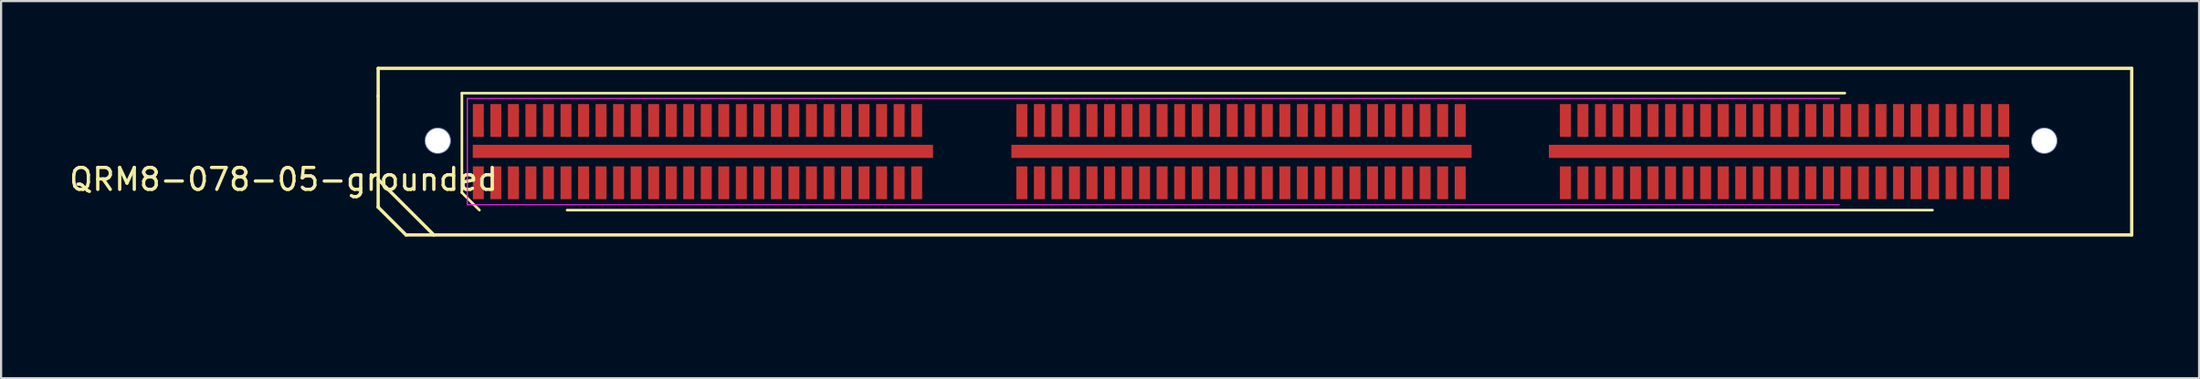
<source format=kicad_pcb>
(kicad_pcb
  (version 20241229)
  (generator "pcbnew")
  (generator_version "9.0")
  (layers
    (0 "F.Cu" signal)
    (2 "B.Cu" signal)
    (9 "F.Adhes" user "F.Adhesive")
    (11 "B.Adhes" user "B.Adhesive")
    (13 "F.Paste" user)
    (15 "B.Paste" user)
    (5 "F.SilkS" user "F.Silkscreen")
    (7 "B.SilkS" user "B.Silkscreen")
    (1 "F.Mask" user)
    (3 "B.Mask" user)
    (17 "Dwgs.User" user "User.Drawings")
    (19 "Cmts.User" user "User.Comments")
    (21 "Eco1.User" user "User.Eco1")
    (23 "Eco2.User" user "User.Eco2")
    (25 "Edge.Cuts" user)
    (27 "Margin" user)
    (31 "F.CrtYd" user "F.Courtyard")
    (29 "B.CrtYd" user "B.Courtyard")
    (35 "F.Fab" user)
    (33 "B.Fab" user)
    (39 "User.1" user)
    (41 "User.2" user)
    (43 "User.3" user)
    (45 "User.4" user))
  (footprint "QRM8-078-05-grounded"
    (layer "F.Cu")
    (at 8.871 10.997)
    (property "Reference" "QRM8-078-05-grounded" (at 1.016 -5.842 180) (layer "F.SilkS") (effects (font (size 1 1) (thickness 0.15))))
    (attr through_hole)
    (fp_line (start 5.334 -10.922) (end 5.334 -9.652) (stroke (width 0.15) (type solid)) (layer "F.SilkS"))
    (fp_line (start 5.334 -9.652) (end 5.334 -4.572) (stroke (width 0.15) (type solid)) (layer "F.SilkS"))
    (fp_line (start 5.334 -5.842) (end 7.874 -3.302) (stroke (width 0.15) (type solid)) (layer "F.SilkS"))
    (fp_line (start 5.334 -4.572) (end 6.604 -3.302) (stroke (width 0.15) (type solid)) (layer "F.SilkS"))
    (fp_line (start 6.604 -3.302) (end 85.344 -3.302) (stroke (width 0.15) (type solid)) (layer "F.SilkS"))
    (fp_line (start 9.154 -9.787) (end 72.254 -9.787) (stroke (width 0.12) (type solid)) (layer "F.SilkS"))
    (fp_line (start 9.154 -5.237) (end 9.154 -9.787) (stroke (width 0.12) (type solid)) (layer "F.SilkS"))
    (fp_line (start 9.954 -4.437) (end 9.154 -5.237) (stroke (width 0.12) (type solid)) (layer "F.SilkS"))
    (fp_line (start 76.254 -4.437) (end 13.954 -4.437) (stroke (width 0.12) (type solid)) (layer "F.SilkS"))
    (fp_line (start 85.344 -10.922) (end 5.334 -10.922) (stroke (width 0.15) (type solid)) (layer "F.SilkS"))
    (fp_line (start 85.344 -3.302) (end 85.344 -10.922) (stroke (width 0.15) (type solid)) (layer "F.SilkS"))
    (fp_line (start 9.404 -9.542) (end 72.004 -9.542) (stroke (width 0.05) (type solid)) (layer "F.CrtYd"))
    (fp_line (start 9.404 -4.682) (end 9.404 -9.542) (stroke (width 0.05) (type solid)) (layer "F.CrtYd"))
    (fp_line (start 72.004 -4.682) (end 9.404 -4.682) (stroke (width 0.05) (type solid)) (layer "F.CrtYd"))
    (pad "" np_thru_hole circle (at 8.054 -7.612) (size 1.2 1.2) (drill 1.131) (layers "*.Cu" "*.Mask"))
    (pad "" np_thru_hole circle (at 81.354 -7.612) (size 1.2 1.2) (drill 1.131) (layers "*.Cu" "*.Mask"))
    (pad "1" smd rect (at 9.904 -5.687) (size 0.5 1.5) (layers "F.Cu" "F.Mask" "F.Paste"))
    (pad "2" smd rect (at 9.904 -8.537) (size 0.5 1.5) (layers "F.Cu" "F.Mask" "F.Paste"))
    (pad "3" smd rect (at 10.704 -5.687) (size 0.5 1.5) (layers "F.Cu" "F.Mask" "F.Paste"))
    (pad "4" smd rect (at 10.704 -8.537) (size 0.5 1.5) (layers "F.Cu" "F.Mask" "F.Paste"))
    (pad "5" smd rect (at 11.504 -5.687) (size 0.5 1.5) (layers "F.Cu" "F.Mask" "F.Paste"))
    (pad "6" smd rect (at 11.504 -8.537) (size 0.5 1.5) (layers "F.Cu" "F.Mask" "F.Paste"))
    (pad "7" smd rect (at 12.304 -5.687) (size 0.5 1.5) (layers "F.Cu" "F.Mask" "F.Paste"))
    (pad "8" smd rect (at 12.304 -8.537) (size 0.5 1.5) (layers "F.Cu" "F.Mask" "F.Paste"))
    (pad "9" smd rect (at 13.104 -5.687) (size 0.5 1.5) (layers "F.Cu" "F.Mask" "F.Paste"))
    (pad "10" smd rect (at 13.104 -8.537) (size 0.5 1.5) (layers "F.Cu" "F.Mask" "F.Paste"))
    (pad "11" smd rect (at 13.904 -5.687) (size 0.5 1.5) (layers "F.Cu" "F.Mask" "F.Paste"))
    (pad "12" smd rect (at 13.904 -8.537) (size 0.5 1.5) (layers "F.Cu" "F.Mask" "F.Paste"))
    (pad "13" smd rect (at 14.704 -5.687) (size 0.5 1.5) (layers "F.Cu" "F.Mask" "F.Paste"))
    (pad "14" smd rect (at 14.704 -8.537) (size 0.5 1.5) (layers "F.Cu" "F.Mask" "F.Paste"))
    (pad "15" smd rect (at 15.504 -5.687) (size 0.5 1.5) (layers "F.Cu" "F.Mask" "F.Paste"))
    (pad "16" smd rect (at 15.504 -8.537) (size 0.5 1.5) (layers "F.Cu" "F.Mask" "F.Paste"))
    (pad "17" smd rect (at 16.304 -5.687) (size 0.5 1.5) (layers "F.Cu" "F.Mask" "F.Paste"))
    (pad "18" smd rect (at 16.304 -8.537) (size 0.5 1.5) (layers "F.Cu" "F.Mask" "F.Paste"))
    (pad "19" smd rect (at 17.104 -5.687) (size 0.5 1.5) (layers "F.Cu" "F.Mask" "F.Paste"))
    (pad "20" smd rect (at 17.104 -8.537) (size 0.5 1.5) (layers "F.Cu" "F.Mask" "F.Paste"))
    (pad "21" smd rect (at 17.904 -5.687) (size 0.5 1.5) (layers "F.Cu" "F.Mask" "F.Paste"))
    (pad "22" smd rect (at 17.904 -8.537) (size 0.5 1.5) (layers "F.Cu" "F.Mask" "F.Paste"))
    (pad "23" smd rect (at 18.704 -5.687) (size 0.5 1.5) (layers "F.Cu" "F.Mask" "F.Paste"))
    (pad "24" smd rect (at 18.704 -8.537) (size 0.5 1.5) (layers "F.Cu" "F.Mask" "F.Paste"))
    (pad "25" smd rect (at 19.504 -5.687) (size 0.5 1.5) (layers "F.Cu" "F.Mask" "F.Paste"))
    (pad "26" smd rect (at 19.504 -8.537) (size 0.5 1.5) (layers "F.Cu" "F.Mask" "F.Paste"))
    (pad "27" smd rect (at 20.304 -5.687) (size 0.5 1.5) (layers "F.Cu" "F.Mask" "F.Paste"))
    (pad "28" smd rect (at 20.304 -8.537) (size 0.5 1.5) (layers "F.Cu" "F.Mask" "F.Paste"))
    (pad "29" smd rect (at 21.104 -5.687) (size 0.5 1.5) (layers "F.Cu" "F.Mask" "F.Paste"))
    (pad "30" smd rect (at 21.104 -8.537) (size 0.5 1.5) (layers "F.Cu" "F.Mask" "F.Paste"))
    (pad "31" smd rect (at 21.904 -5.687) (size 0.5 1.5) (layers "F.Cu" "F.Mask" "F.Paste"))
    (pad "32" smd rect (at 21.904 -8.537) (size 0.5 1.5) (layers "F.Cu" "F.Mask" "F.Paste"))
    (pad "33" smd rect (at 22.704 -5.687) (size 0.5 1.5) (layers "F.Cu" "F.Mask" "F.Paste"))
    (pad "34" smd rect (at 22.704 -8.537) (size 0.5 1.5) (layers "F.Cu" "F.Mask" "F.Paste"))
    (pad "35" smd rect (at 23.504 -5.687) (size 0.5 1.5) (layers "F.Cu" "F.Mask" "F.Paste"))
    (pad "36" smd rect (at 23.504 -8.537) (size 0.5 1.5) (layers "F.Cu" "F.Mask" "F.Paste"))
    (pad "37" smd rect (at 24.304 -5.687) (size 0.5 1.5) (layers "F.Cu" "F.Mask" "F.Paste"))
    (pad "38" smd rect (at 24.304 -8.537) (size 0.5 1.5) (layers "F.Cu" "F.Mask" "F.Paste"))
    (pad "39" smd rect (at 25.104 -5.687) (size 0.5 1.5) (layers "F.Cu" "F.Mask" "F.Paste"))
    (pad "40" smd rect (at 25.104 -8.537) (size 0.5 1.5) (layers "F.Cu" "F.Mask" "F.Paste"))
    (pad "41" smd rect (at 25.904 -5.687) (size 0.5 1.5) (layers "F.Cu" "F.Mask" "F.Paste"))
    (pad "42" smd rect (at 25.904 -8.537) (size 0.5 1.5) (layers "F.Cu" "F.Mask" "F.Paste"))
    (pad "43" smd rect (at 26.704 -5.687) (size 0.5 1.5) (layers "F.Cu" "F.Mask" "F.Paste"))
    (pad "44" smd rect (at 26.704 -8.537) (size 0.5 1.5) (layers "F.Cu" "F.Mask" "F.Paste"))
    (pad "45" smd rect (at 27.504 -5.687) (size 0.5 1.5) (layers "F.Cu" "F.Mask" "F.Paste"))
    (pad "46" smd rect (at 27.504 -8.537) (size 0.5 1.5) (layers "F.Cu" "F.Mask" "F.Paste"))
    (pad "47" smd rect (at 28.304 -5.687) (size 0.5 1.5) (layers "F.Cu" "F.Mask" "F.Paste"))
    (pad "48" smd rect (at 28.304 -8.537) (size 0.5 1.5) (layers "F.Cu" "F.Mask" "F.Paste"))
    (pad "49" smd rect (at 29.104 -5.687) (size 0.5 1.5) (layers "F.Cu" "F.Mask" "F.Paste"))
    (pad "50" smd rect (at 29.104 -8.537) (size 0.5 1.5) (layers "F.Cu" "F.Mask" "F.Paste"))
    (pad "51" smd rect (at 29.904 -5.687) (size 0.5 1.5) (layers "F.Cu" "F.Mask" "F.Paste"))
    (pad "52" smd rect (at 29.904 -8.537) (size 0.5 1.5) (layers "F.Cu" "F.Mask" "F.Paste"))
    (pad "53" smd rect (at 34.704 -5.687) (size 0.5 1.5) (layers "F.Cu" "F.Mask" "F.Paste"))
    (pad "54" smd rect (at 34.704 -8.537) (size 0.5 1.5) (layers "F.Cu" "F.Mask" "F.Paste"))
    (pad "55" smd rect (at 35.504 -5.687) (size 0.5 1.5) (layers "F.Cu" "F.Mask" "F.Paste"))
    (pad "56" smd rect (at 35.504 -8.537) (size 0.5 1.5) (layers "F.Cu" "F.Mask" "F.Paste"))
    (pad "57" smd rect (at 36.304 -5.687) (size 0.5 1.5) (layers "F.Cu" "F.Mask" "F.Paste"))
    (pad "58" smd rect (at 36.304 -8.537) (size 0.5 1.5) (layers "F.Cu" "F.Mask" "F.Paste"))
    (pad "59" smd rect (at 37.104 -5.687) (size 0.5 1.5) (layers "F.Cu" "F.Mask" "F.Paste"))
    (pad "60" smd rect (at 37.104 -8.537) (size 0.5 1.5) (layers "F.Cu" "F.Mask" "F.Paste"))
    (pad "61" smd rect (at 37.904 -5.687) (size 0.5 1.5) (layers "F.Cu" "F.Mask" "F.Paste"))
    (pad "62" smd rect (at 37.904 -8.537) (size 0.5 1.5) (layers "F.Cu" "F.Mask" "F.Paste"))
    (pad "63" smd rect (at 38.704 -5.687) (size 0.5 1.5) (layers "F.Cu" "F.Mask" "F.Paste"))
    (pad "64" smd rect (at 38.704 -8.537) (size 0.5 1.5) (layers "F.Cu" "F.Mask" "F.Paste"))
    (pad "65" smd rect (at 39.504 -5.687) (size 0.5 1.5) (layers "F.Cu" "F.Mask" "F.Paste"))
    (pad "66" smd rect (at 39.504 -8.537) (size 0.5 1.5) (layers "F.Cu" "F.Mask" "F.Paste"))
    (pad "67" smd rect (at 40.304 -5.687) (size 0.5 1.5) (layers "F.Cu" "F.Mask" "F.Paste"))
    (pad "68" smd rect (at 40.304 -8.537) (size 0.5 1.5) (layers "F.Cu" "F.Mask" "F.Paste"))
    (pad "69" smd rect (at 41.104 -5.687) (size 0.5 1.5) (layers "F.Cu" "F.Mask" "F.Paste"))
    (pad "70" smd rect (at 41.104 -8.537) (size 0.5 1.5) (layers "F.Cu" "F.Mask" "F.Paste"))
    (pad "71" smd rect (at 41.904 -5.687) (size 0.5 1.5) (layers "F.Cu" "F.Mask" "F.Paste"))
    (pad "72" smd rect (at 41.904 -8.537) (size 0.5 1.5) (layers "F.Cu" "F.Mask" "F.Paste"))
    (pad "73" smd rect (at 42.704 -5.687) (size 0.5 1.5) (layers "F.Cu" "F.Mask" "F.Paste"))
    (pad "74" smd rect (at 42.704 -8.537) (size 0.5 1.5) (layers "F.Cu" "F.Mask" "F.Paste"))
    (pad "75" smd rect (at 43.504 -5.687) (size 0.5 1.5) (layers "F.Cu" "F.Mask" "F.Paste"))
    (pad "76" smd rect (at 43.504 -8.537) (size 0.5 1.5) (layers "F.Cu" "F.Mask" "F.Paste"))
    (pad "77" smd rect (at 44.304 -5.687) (size 0.5 1.5) (layers "F.Cu" "F.Mask" "F.Paste"))
    (pad "78" smd rect (at 44.304 -8.537) (size 0.5 1.5) (layers "F.Cu" "F.Mask" "F.Paste"))
    (pad "79" smd rect (at 45.104 -5.687) (size 0.5 1.5) (layers "F.Cu" "F.Mask" "F.Paste"))
    (pad "80" smd rect (at 45.104 -8.537) (size 0.5 1.5) (layers "F.Cu" "F.Mask" "F.Paste"))
    (pad "81" smd rect (at 45.904 -5.687) (size 0.5 1.5) (layers "F.Cu" "F.Mask" "F.Paste"))
    (pad "82" smd rect (at 45.904 -8.537) (size 0.5 1.5) (layers "F.Cu" "F.Mask" "F.Paste"))
    (pad "83" smd rect (at 46.704 -5.687) (size 0.5 1.5) (layers "F.Cu" "F.Mask" "F.Paste"))
    (pad "84" smd rect (at 46.704 -8.537) (size 0.5 1.5) (layers "F.Cu" "F.Mask" "F.Paste"))
    (pad "85" smd rect (at 47.504 -5.687) (size 0.5 1.5) (layers "F.Cu" "F.Mask" "F.Paste"))
    (pad "86" smd rect (at 47.504 -8.537) (size 0.5 1.5) (layers "F.Cu" "F.Mask" "F.Paste"))
    (pad "87" smd rect (at 48.304 -5.687) (size 0.5 1.5) (layers "F.Cu" "F.Mask" "F.Paste"))
    (pad "88" smd rect (at 48.304 -8.537) (size 0.5 1.5) (layers "F.Cu" "F.Mask" "F.Paste"))
    (pad "89" smd rect (at 49.104 -5.687) (size 0.5 1.5) (layers "F.Cu" "F.Mask" "F.Paste"))
    (pad "90" smd rect (at 49.104 -8.537) (size 0.5 1.5) (layers "F.Cu" "F.Mask" "F.Paste"))
    (pad "91" smd rect (at 49.904 -5.687) (size 0.5 1.5) (layers "F.Cu" "F.Mask" "F.Paste"))
    (pad "92" smd rect (at 49.904 -8.537) (size 0.5 1.5) (layers "F.Cu" "F.Mask" "F.Paste"))
    (pad "93" smd rect (at 50.704 -5.687) (size 0.5 1.5) (layers "F.Cu" "F.Mask" "F.Paste"))
    (pad "94" smd rect (at 50.704 -8.537) (size 0.5 1.5) (layers "F.Cu" "F.Mask" "F.Paste"))
    (pad "95" smd rect (at 51.504 -5.687) (size 0.5 1.5) (layers "F.Cu" "F.Mask" "F.Paste"))
    (pad "96" smd rect (at 51.504 -8.537) (size 0.5 1.5) (layers "F.Cu" "F.Mask" "F.Paste"))
    (pad "97" smd rect (at 52.304 -5.687) (size 0.5 1.5) (layers "F.Cu" "F.Mask" "F.Paste"))
    (pad "98" smd rect (at 52.304 -8.537) (size 0.5 1.5) (layers "F.Cu" "F.Mask" "F.Paste"))
    (pad "99" smd rect (at 53.104 -5.687) (size 0.5 1.5) (layers "F.Cu" "F.Mask" "F.Paste"))
    (pad "100" smd rect (at 53.104 -8.537) (size 0.5 1.5) (layers "F.Cu" "F.Mask" "F.Paste"))
    (pad "101" smd rect (at 53.904 -5.687) (size 0.5 1.5) (layers "F.Cu" "F.Mask" "F.Paste"))
    (pad "102" smd rect (at 53.904 -8.537) (size 0.5 1.5) (layers "F.Cu" "F.Mask" "F.Paste"))
    (pad "103" smd rect (at 54.704 -5.687) (size 0.5 1.5) (layers "F.Cu" "F.Mask" "F.Paste"))
    (pad "104" smd rect (at 54.704 -8.537) (size 0.5 1.5) (layers "F.Cu" "F.Mask" "F.Paste"))
    (pad "105" smd rect (at 59.504 -5.687) (size 0.5 1.5) (layers "F.Cu" "F.Mask" "F.Paste"))
    (pad "106" smd rect (at 59.504 -8.537) (size 0.5 1.5) (layers "F.Cu" "F.Mask" "F.Paste"))
    (pad "107" smd rect (at 60.304 -5.687) (size 0.5 1.5) (layers "F.Cu" "F.Mask" "F.Paste"))
    (pad "108" smd rect (at 60.304 -8.537) (size 0.5 1.5) (layers "F.Cu" "F.Mask" "F.Paste"))
    (pad "109" smd rect (at 61.104 -5.687) (size 0.5 1.5) (layers "F.Cu" "F.Mask" "F.Paste"))
    (pad "110" smd rect (at 61.104 -8.537) (size 0.5 1.5) (layers "F.Cu" "F.Mask" "F.Paste"))
    (pad "111" smd rect (at 61.904 -5.687) (size 0.5 1.5) (layers "F.Cu" "F.Mask" "F.Paste"))
    (pad "112" smd rect (at 61.904 -8.537) (size 0.5 1.5) (layers "F.Cu" "F.Mask" "F.Paste"))
    (pad "113" smd rect (at 62.704 -5.687) (size 0.5 1.5) (layers "F.Cu" "F.Mask" "F.Paste"))
    (pad "114" smd rect (at 62.704 -8.537) (size 0.5 1.5) (layers "F.Cu" "F.Mask" "F.Paste"))
    (pad "115" smd rect (at 63.504 -5.687) (size 0.5 1.5) (layers "F.Cu" "F.Mask" "F.Paste"))
    (pad "116" smd rect (at 63.504 -8.537) (size 0.5 1.5) (layers "F.Cu" "F.Mask" "F.Paste"))
    (pad "117" smd rect (at 64.304 -5.687) (size 0.5 1.5) (layers "F.Cu" "F.Mask" "F.Paste"))
    (pad "118" smd rect (at 64.304 -8.537) (size 0.5 1.5) (layers "F.Cu" "F.Mask" "F.Paste"))
    (pad "119" smd rect (at 65.104 -5.687) (size 0.5 1.5) (layers "F.Cu" "F.Mask" "F.Paste"))
    (pad "120" smd rect (at 65.104 -8.537) (size 0.5 1.5) (layers "F.Cu" "F.Mask" "F.Paste"))
    (pad "121" smd rect (at 65.904 -5.687) (size 0.5 1.5) (layers "F.Cu" "F.Mask" "F.Paste"))
    (pad "122" smd rect (at 65.904 -8.537) (size 0.5 1.5) (layers "F.Cu" "F.Mask" "F.Paste"))
    (pad "123" smd rect (at 66.704 -5.687) (size 0.5 1.5) (layers "F.Cu" "F.Mask" "F.Paste"))
    (pad "124" smd rect (at 66.704 -8.537) (size 0.5 1.5) (layers "F.Cu" "F.Mask" "F.Paste"))
    (pad "125" smd rect (at 67.504 -5.687) (size 0.5 1.5) (layers "F.Cu" "F.Mask" "F.Paste"))
    (pad "126" smd rect (at 67.504 -8.537) (size 0.5 1.5) (layers "F.Cu" "F.Mask" "F.Paste"))
    (pad "127" smd rect (at 68.304 -5.687) (size 0.5 1.5) (layers "F.Cu" "F.Mask" "F.Paste"))
    (pad "128" smd rect (at 68.304 -8.537) (size 0.5 1.5) (layers "F.Cu" "F.Mask" "F.Paste"))
    (pad "129" smd rect (at 69.104 -5.687) (size 0.5 1.5) (layers "F.Cu" "F.Mask" "F.Paste"))
    (pad "130" smd rect (at 69.104 -8.537) (size 0.5 1.5) (layers "F.Cu" "F.Mask" "F.Paste"))
    (pad "131" smd rect (at 69.904 -5.687) (size 0.5 1.5) (layers "F.Cu" "F.Mask" "F.Paste"))
    (pad "132" smd rect (at 69.904 -8.537) (size 0.5 1.5) (layers "F.Cu" "F.Mask" "F.Paste"))
    (pad "133" smd rect (at 70.704 -5.687) (size 0.5 1.5) (layers "F.Cu" "F.Mask" "F.Paste"))
    (pad "134" smd rect (at 70.704 -8.537) (size 0.5 1.5) (layers "F.Cu" "F.Mask" "F.Paste"))
    (pad "135" smd rect (at 71.504 -5.687) (size 0.5 1.5) (layers "F.Cu" "F.Mask" "F.Paste"))
    (pad "136" smd rect (at 71.504 -8.537) (size 0.5 1.5) (layers "F.Cu" "F.Mask" "F.Paste"))
    (pad "137" smd rect (at 72.304 -5.687) (size 0.5 1.5) (layers "F.Cu" "F.Mask" "F.Paste"))
    (pad "138" smd rect (at 72.304 -8.537) (size 0.5 1.5) (layers "F.Cu" "F.Mask" "F.Paste"))
    (pad "139" smd rect (at 73.104 -5.687) (size 0.5 1.5) (layers "F.Cu" "F.Mask" "F.Paste"))
    (pad "140" smd rect (at 73.104 -8.537) (size 0.5 1.5) (layers "F.Cu" "F.Mask" "F.Paste"))
    (pad "141" smd rect (at 73.904 -5.687) (size 0.5 1.5) (layers "F.Cu" "F.Mask" "F.Paste"))
    (pad "142" smd rect (at 73.904 -8.537) (size 0.5 1.5) (layers "F.Cu" "F.Mask" "F.Paste"))
    (pad "143" smd rect (at 74.704 -5.687) (size 0.5 1.5) (layers "F.Cu" "F.Mask" "F.Paste"))
    (pad "144" smd rect (at 74.704 -8.537) (size 0.5 1.5) (layers "F.Cu" "F.Mask" "F.Paste"))
    (pad "145" smd rect (at 75.504 -5.687) (size 0.5 1.5) (layers "F.Cu" "F.Mask" "F.Paste"))
    (pad "146" smd rect (at 75.504 -8.537) (size 0.5 1.5) (layers "F.Cu" "F.Mask" "F.Paste"))
    (pad "147" smd rect (at 76.304 -5.687) (size 0.5 1.5) (layers "F.Cu" "F.Mask" "F.Paste"))
    (pad "148" smd rect (at 76.304 -8.537) (size 0.5 1.5) (layers "F.Cu" "F.Mask" "F.Paste"))
    (pad "149" smd rect (at 77.104 -5.687) (size 0.5 1.5) (layers "F.Cu" "F.Mask" "F.Paste"))
    (pad "150" smd rect (at 77.104 -8.537) (size 0.5 1.5) (layers "F.Cu" "F.Mask" "F.Paste"))
    (pad "151" smd rect (at 77.904 -5.687) (size 0.5 1.5) (layers "F.Cu" "F.Mask" "F.Paste"))
    (pad "152" smd rect (at 77.904 -8.537) (size 0.5 1.5) (layers "F.Cu" "F.Mask" "F.Paste"))
    (pad "153" smd rect (at 78.704 -5.687) (size 0.5 1.5) (layers "F.Cu" "F.Mask" "F.Paste"))
    (pad "154" smd rect (at 78.704 -8.537) (size 0.5 1.5) (layers "F.Cu" "F.Mask" "F.Paste"))
    (pad "155" smd rect (at 79.504 -5.687) (size 0.5 1.5) (layers "F.Cu" "F.Mask" "F.Paste"))
    (pad "156" smd rect (at 79.504 -8.537) (size 0.5 1.5) (layers "F.Cu" "F.Mask" "F.Paste"))
    (pad "157" smd rect (at 20.15 -7.125) (size 21 0.6) (layers "F.Cu" "F.Mask" "F.Paste"))
    (pad "158" smd rect (at 44.725 -7.125) (size 21 0.6) (layers "F.Cu" "F.Mask" "F.Paste"))
    (pad "159" smd rect (at 69.25 -7.125) (size 21 0.6) (layers "F.Cu" "F.Mask" "F.Paste")))
  (gr_rect
    (start -3 -3)
    (end 97.29 14.247)
    (stroke (width 0.1) (type default))
    (fill no)
    (layer "Edge.Cuts")))
</source>
